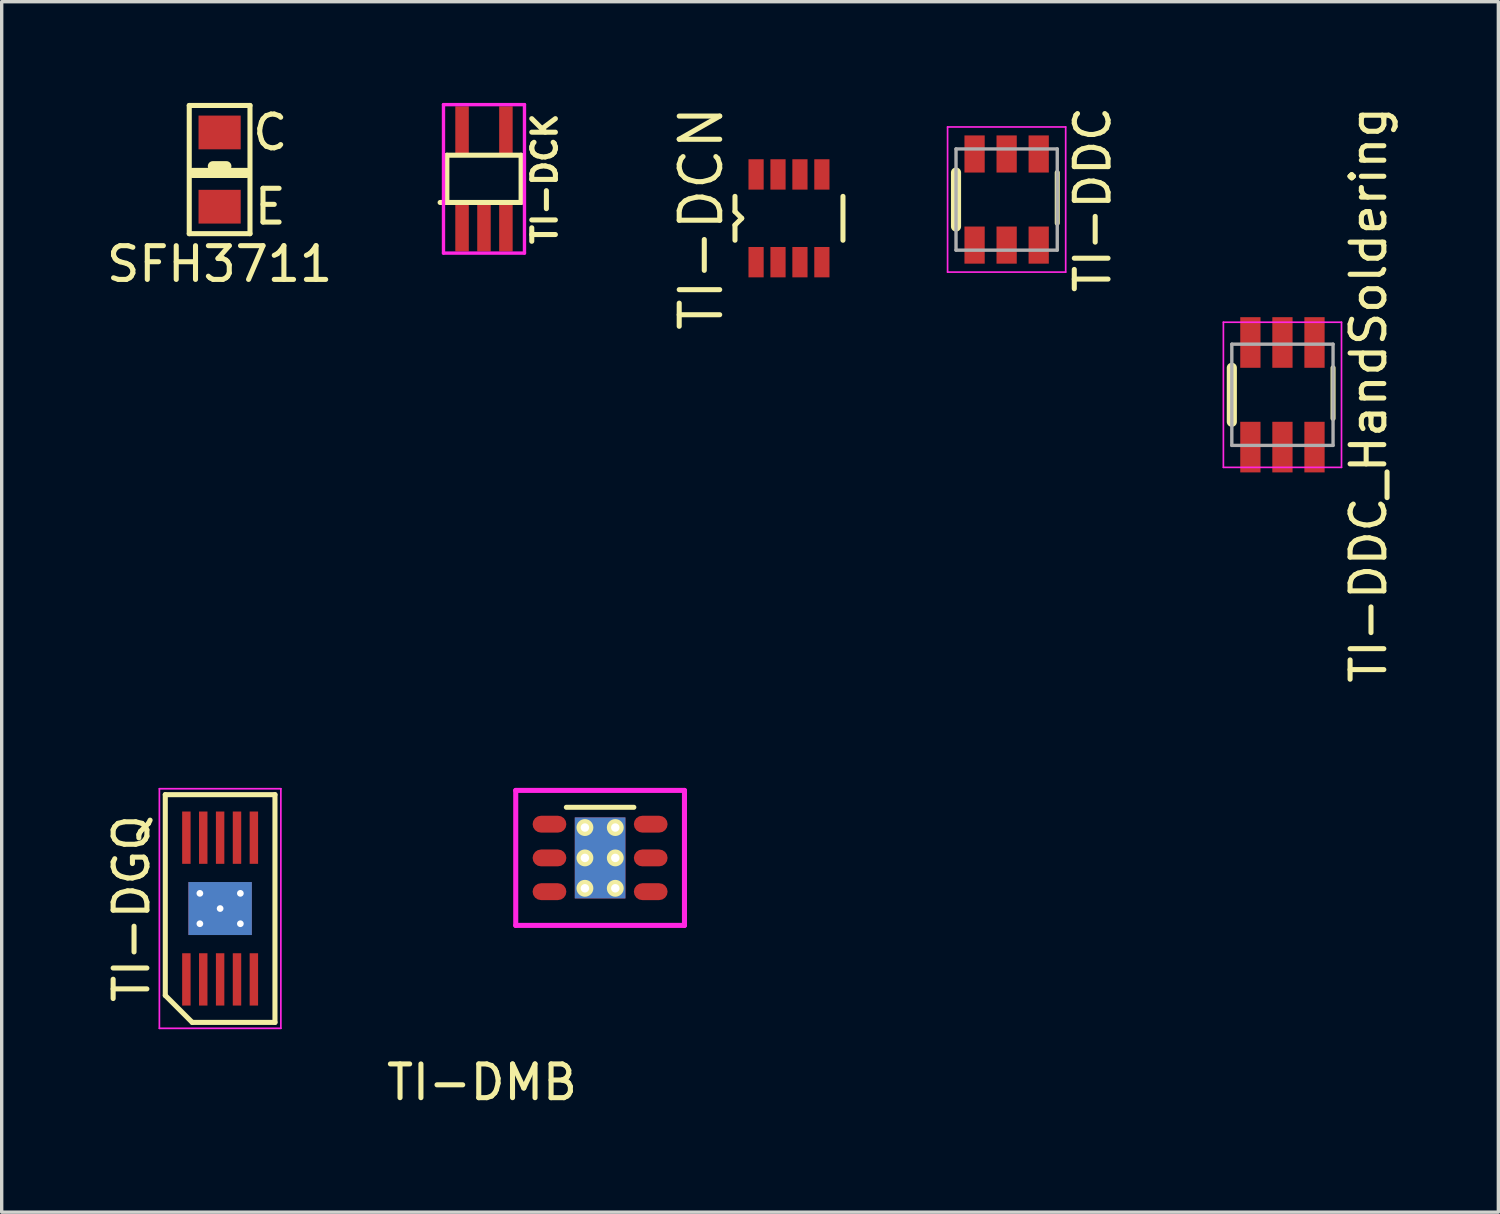
<source format=kicad_pcb>
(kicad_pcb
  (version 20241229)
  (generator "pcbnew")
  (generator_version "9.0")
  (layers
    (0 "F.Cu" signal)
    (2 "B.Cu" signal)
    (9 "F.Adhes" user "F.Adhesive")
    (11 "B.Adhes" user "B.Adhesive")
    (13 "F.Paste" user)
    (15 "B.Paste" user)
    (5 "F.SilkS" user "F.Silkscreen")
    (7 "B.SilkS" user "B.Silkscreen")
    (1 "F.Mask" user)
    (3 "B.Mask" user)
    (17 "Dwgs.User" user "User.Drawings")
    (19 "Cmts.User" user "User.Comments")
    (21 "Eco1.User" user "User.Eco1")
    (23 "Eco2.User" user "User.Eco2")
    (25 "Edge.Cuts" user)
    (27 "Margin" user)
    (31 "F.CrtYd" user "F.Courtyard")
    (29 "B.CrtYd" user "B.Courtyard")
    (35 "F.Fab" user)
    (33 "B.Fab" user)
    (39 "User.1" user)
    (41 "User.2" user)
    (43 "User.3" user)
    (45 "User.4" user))
  (footprint "TI-DDC"
    (layer "F.Cu")
    (at 26.78 2.863)
    (property "Reference" "TI-DDC" (at 2.55 0 90) (layer "F.SilkS") (effects (font (size 1 1) (thickness 0.15))))
    (attr through_hole)
    (fp_line (start -1.5 -0.8) (end -1.5 0.8) (stroke (width 0.3) (type solid)) (layer "F.SilkS"))
    (fp_line (start 1.5 -0.8) (end 1.5 0.7) (stroke (width 0.15) (type solid)) (layer "F.SilkS"))
    (fp_line (start -1.75 -2.15) (end 1.75 -2.15) (stroke (width 0.05) (type solid)) (layer "F.CrtYd"))
    (fp_line (start -1.75 2.15) (end -1.75 -2.15) (stroke (width 0.05) (type solid)) (layer "F.CrtYd"))
    (fp_line (start 1.75 -2.15) (end 1.75 2.15) (stroke (width 0.05) (type solid)) (layer "F.CrtYd"))
    (fp_line (start 1.75 2.15) (end -1.75 2.15) (stroke (width 0.05) (type solid)) (layer "F.CrtYd"))
    (fp_line (start -1.5 -1.5) (end 1.5 -1.5) (stroke (width 0.1) (type solid)) (layer "F.Fab"))
    (fp_line (start -1.5 1.5) (end -1.5 -1.5) (stroke (width 0.1) (type solid)) (layer "F.Fab"))
    (fp_line (start 1.5 -1.5) (end 1.5 1.5) (stroke (width 0.1) (type solid)) (layer "F.Fab"))
    (fp_line (start 1.5 1.5) (end -1.5 1.5) (stroke (width 0.1) (type solid)) (layer "F.Fab"))
    (pad "1" smd rect (at -0.95 1.35) (size 0.6 1.1) (layers "F.Cu" "F.Mask" "F.Paste"))
    (pad "2" smd rect (at 0 1.35) (size 0.6 1.1) (layers "F.Cu" "F.Mask" "F.Paste"))
    (pad "3" smd rect (at 0.95 1.35) (size 0.6 1.1) (layers "F.Cu" "F.Mask" "F.Paste"))
    (pad "4" smd rect (at 0.95 -1.35) (size 0.6 1.1) (layers "F.Cu" "F.Mask" "F.Paste"))
    (pad "5" smd rect (at 0 -1.35) (size 0.6 1.1) (layers "F.Cu" "F.Mask" "F.Paste"))
    (pad "6" smd rect (at -0.95 -1.35) (size 0.6 1.1) (layers "F.Cu" "F.Mask" "F.Paste")))
  (footprint "TI-DCK"
    (layer "F.Cu")
    (at 11.292 2.25)
    (property "Reference" "TI-DCK" (at 1.8 0 90) (layer "F.SilkS") (effects (font (size 0.7 0.7) (thickness 0.15))))
    (attr through_hole)
    (fp_line (start -1.3 0.7) (end -1.1 0.7) (stroke (width 0.15) (type solid)) (layer "F.SilkS"))
    (fp_line (start -1.1 -0.7) (end 1.1 -0.7) (stroke (width 0.15) (type solid)) (layer "F.SilkS"))
    (fp_line (start -1.1 0.7) (end -1.1 -0.7) (stroke (width 0.15) (type solid)) (layer "F.SilkS"))
    (fp_line (start 1.1 -0.7) (end 1.1 0.7) (stroke (width 0.15) (type solid)) (layer "F.SilkS"))
    (fp_line (start 1.1 0.7) (end -1.1 0.7) (stroke (width 0.15) (type solid)) (layer "F.SilkS"))
    (fp_line (start -1.2 -2.2) (end 1.2 -2.2) (stroke (width 0.1) (type solid)) (layer "F.CrtYd"))
    (fp_line (start -1.2 2.2) (end -1.2 -2.2) (stroke (width 0.1) (type solid)) (layer "F.CrtYd"))
    (fp_line (start 1.2 -2.2) (end 1.2 2.2) (stroke (width 0.1) (type solid)) (layer "F.CrtYd"))
    (fp_line (start 1.2 2.2) (end -1.2 2.2) (stroke (width 0.1) (type solid)) (layer "F.CrtYd"))
    (pad "1" smd rect (at -0.65 1.4) (size 0.4 1.5) (layers "F.Cu" "F.Mask" "F.Paste"))
    (pad "2" smd rect (at 0 1.4) (size 0.4 1.5) (layers "F.Cu" "F.Mask" "F.Paste"))
    (pad "3" smd rect (at 0.65 1.4) (size 0.4 1.5) (layers "F.Cu" "F.Mask" "F.Paste"))
    (pad "4" smd rect (at 0.65 -1.4) (size 0.4 1.5) (layers "F.Cu" "F.Mask" "F.Paste"))
    (pad "5" smd rect (at -0.65 -1.4) (size 0.4 1.5) (layers "F.Cu" "F.Mask" "F.Paste")))
  (footprint "TI-DGQ"
    (layer "F.Cu")
    (at 3.473 23.873)
    (property "Reference" "TI-DGQ" (at -2.625 0 90) (layer "F.SilkS") (effects (font (size 1 1) (thickness 0.15))))
    (attr smd)
    (fp_line (start -1.625 -3.375) (end 1.625 -3.375) (stroke (width 0.15) (type solid)) (layer "F.SilkS"))
    (fp_line (start -1.625 2.575) (end -1.625 -3.375) (stroke (width 0.15) (type solid)) (layer "F.SilkS"))
    (fp_line (start -0.825 3.375) (end -1.625 2.575) (stroke (width 0.15) (type solid)) (layer "F.SilkS"))
    (fp_line (start 1.625 -3.375) (end 1.625 3.375) (stroke (width 0.15) (type solid)) (layer "F.SilkS"))
    (fp_line (start 1.625 3.375) (end -0.825 3.375) (stroke (width 0.15) (type solid)) (layer "F.SilkS"))
    (fp_line (start -1.8 -3.55) (end 1.8 -3.55) (stroke (width 0.05) (type solid)) (layer "F.CrtYd"))
    (fp_line (start -1.8 3.55) (end -1.8 -3.55) (stroke (width 0.05) (type solid)) (layer "F.CrtYd"))
    (fp_line (start 1.8 -3.55) (end 1.8 3.55) (stroke (width 0.05) (type solid)) (layer "F.CrtYd"))
    (fp_line (start 1.8 3.55) (end -1.8 3.55) (stroke (width 0.05) (type solid)) (layer "F.CrtYd"))
    (pad "" thru_hole circle (at -0.6 -0.45) (size 0.5 0.5) (drill 0.2) (layers "*.Cu"))
    (pad "" thru_hole circle (at -0.6 0.45) (size 0.5 0.5) (drill 0.2) (layers "*.Cu"))
    (pad "" thru_hole circle (at 0 0) (size 0.5 0.5) (drill 0.2) (layers "*.Cu"))
    (pad "" smd rect (at 0 0) (size 1.88 1.57) (layers "B.Cu" "B.Mask" "B.Paste"))
    (pad "" thru_hole circle (at 0.6 -0.45) (size 0.5 0.5) (drill 0.2) (layers "*.Cu"))
    (pad "" thru_hole circle (at 0.6 0.45) (size 0.5 0.5) (drill 0.2) (layers "*.Cu"))
    (pad "1" smd rect (at -1 2.1) (size 0.25 1.55) (layers "F.Cu" "F.Mask" "F.Paste"))
    (pad "2" smd rect (at -0.5 2.1) (size 0.25 1.55) (layers "F.Cu" "F.Mask" "F.Paste"))
    (pad "3" smd rect (at 0 2.1) (size 0.25 1.55) (layers "F.Cu" "F.Mask" "F.Paste"))
    (pad "4" smd rect (at 0.5 2.1) (size 0.25 1.55) (layers "F.Cu" "F.Mask" "F.Paste"))
    (pad "5" smd rect (at 1 2.1) (size 0.25 1.55) (layers "F.Cu" "F.Mask" "F.Paste"))
    (pad "6" smd rect (at 1 -2.1) (size 0.25 1.55) (layers "F.Cu" "F.Mask" "F.Paste"))
    (pad "7" smd rect (at 0.5 -2.1) (size 0.25 1.55) (layers "F.Cu" "F.Mask" "F.Paste"))
    (pad "8" smd rect (at 0 -2.1) (size 0.25 1.55) (layers "F.Cu" "F.Mask" "F.Paste"))
    (pad "9" smd rect (at -0.5 -2.1) (size 0.25 1.55) (layers "F.Cu" "F.Mask" "F.Paste"))
    (pad "10" smd rect (at -1 -2.1) (size 0.25 1.55) (layers "F.Cu" "F.Mask" "F.Paste"))
    (pad "11" smd rect (at 0 0) (size 1.88 1.57) (layers "F.Cu" "F.Mask" "F.Paste")))
  (footprint "SFH3711"
    (layer "F.Cu")
    (at 3.458 1.975)
    (property "Reference" "SFH3711" (at 0 2.8 0) (layer "F.SilkS") (effects (font (size 1 1) (thickness 0.15))))
    (attr through_hole)
    (fp_line (start -0.9 -1.9) (end 0.9 -1.9) (stroke (width 0.15) (type solid)) (layer "F.SilkS"))
    (fp_line (start -0.9 1.9) (end -0.9 -1.9) (stroke (width 0.15) (type solid)) (layer "F.SilkS"))
    (fp_line (start -0.8 0.1) (end 0.8 0.1) (stroke (width 0.3) (type solid)) (layer "F.SilkS"))
    (fp_line (start -0.2 -0.1) (end 0.2 -0.1) (stroke (width 0.3) (type solid)) (layer "F.SilkS"))
    (fp_line (start 0.9 -1.9) (end 0.9 1.9) (stroke (width 0.15) (type solid)) (layer "F.SilkS"))
    (fp_line (start 0.9 1.9) (end -0.9 1.9) (stroke (width 0.15) (type solid)) (layer "F.SilkS"))
    (fp_text user "C" (at 1.5 -1.1 0) (layer "F.SilkS") (effects (font (size 1 1) (thickness 0.15))))
    (fp_text user "E" (at 1.5 1.1 0) (layer "F.SilkS") (effects (font (size 1 1) (thickness 0.15))))
    (pad "1" smd rect (at 0 -1.1) (size 1.25 1) (layers "F.Cu" "F.Mask" "F.Paste"))
    (pad "2" smd rect (at 0 1.1) (size 1.25 1) (layers "F.Cu" "F.Mask" "F.Paste")))
  (footprint "TI-DMB"
    (layer "F.Cu")
    (at 14.733 22.373)
    (property "Reference" "TI-DMB" (at -3.5 6.65 0) (layer "F.SilkS") (effects (font (size 1 1) (thickness 0.15))))
    (attr through_hole)
    (fp_line (start -1 -1.5) (end 1 -1.5) (stroke (width 0.15) (type solid)) (layer "F.SilkS"))
    (fp_line (start -2.5 -2) (end 2.5 -2) (stroke (width 0.15) (type solid)) (layer "F.CrtYd"))
    (fp_line (start -2.5 2) (end -2.5 -2) (stroke (width 0.15) (type solid)) (layer "F.CrtYd"))
    (fp_line (start 2.5 -2) (end 2.5 2) (stroke (width 0.15) (type solid)) (layer "F.CrtYd"))
    (fp_line (start 2.5 2) (end -2.5 2) (stroke (width 0.15) (type solid)) (layer "F.CrtYd"))
    (pad "" thru_hole circle (at -0.45 -0.9) (size 0.5 0.5) (drill 0.25) (layers "*.Cu" "*.Mask" "F.SilkS"))
    (pad "" thru_hole circle (at -0.45 0) (size 0.5 0.5) (drill 0.25) (layers "*.Cu" "*.Mask" "F.SilkS"))
    (pad "" thru_hole circle (at -0.45 0.9) (size 0.5 0.5) (drill 0.25) (layers "*.Cu" "*.Mask" "F.SilkS"))
    (pad "" smd trapezoid (at 0 0) (size 1.5 2.4) (layers "F.Cu" "F.Mask" "F.Paste"))
    (pad "" smd trapezoid (at 0 0) (size 1.5 2.4) (layers "B.Cu" "B.Mask"))
    (pad "" thru_hole circle (at 0.45 -0.9) (size 0.5 0.5) (drill 0.25) (layers "*.Cu" "*.Mask" "F.SilkS"))
    (pad "" thru_hole circle (at 0.45 0) (size 0.5 0.5) (drill 0.25) (layers "*.Cu" "*.Mask" "F.SilkS"))
    (pad "" thru_hole circle (at 0.45 0.9) (size 0.5 0.5) (drill 0.25) (layers "*.Cu" "*.Mask" "F.SilkS"))
    (pad "1" smd roundrect (at -1.5 -1) (size 1 0.5) (layers "F.Cu" "F.Mask" "F.Paste") (roundrect_rratio 0.5))
    (pad "2" smd roundrect (at -1.5 0) (size 1 0.5) (layers "F.Cu" "F.Mask" "F.Paste") (roundrect_rratio 0.5))
    (pad "3" smd roundrect (at -1.5 1) (size 1 0.5) (layers "F.Cu" "F.Mask" "F.Paste") (roundrect_rratio 0.5))
    (pad "4" smd roundrect (at 1.5 1) (size 1 0.5) (layers "F.Cu" "F.Mask" "F.Paste") (roundrect_rratio 0.5))
    (pad "5" smd roundrect (at 1.5 0) (size 1 0.5) (layers "F.Cu" "F.Mask" "F.Paste") (roundrect_rratio 0.5))
    (pad "6" smd roundrect (at 1.5 -1) (size 1 0.5) (layers "F.Cu" "F.Mask" "F.Paste") (roundrect_rratio 0.5)))
  (footprint "TI-DCN"
    (layer "F.Cu")
    (at 20.33 3.419)
    (property "Reference" "TI-DCN" (at -2.6 0 90) (layer "F.SilkS") (effects (font (size 1.2 1.2) (thickness 0.15))))
    (attr through_hole)
    (fp_line (start -1.6 -0.65) (end -1.6 -0.2) (stroke (width 0.15) (type solid)) (layer "F.SilkS"))
    (fp_line (start -1.6 -0.2) (end -1.4 0) (stroke (width 0.15) (type solid)) (layer "F.SilkS"))
    (fp_line (start -1.6 0.2) (end -1.6 0.65) (stroke (width 0.15) (type solid)) (layer "F.SilkS"))
    (fp_line (start -1.4 0) (end -1.6 0.2) (stroke (width 0.15) (type solid)) (layer "F.SilkS"))
    (fp_line (start 1.6 0.65) (end 1.6 -0.65) (stroke (width 0.15) (type solid)) (layer "F.SilkS"))
    (pad "1" smd rect (at -0.975 1.3) (size 0.45 0.9) (layers "F.Cu" "F.Mask" "F.Paste"))
    (pad "2" smd rect (at -0.325 1.3) (size 0.45 0.9) (layers "F.Cu" "F.Mask" "F.Paste"))
    (pad "3" smd rect (at 0.325 1.3) (size 0.45 0.9) (layers "F.Cu" "F.Mask" "F.Paste"))
    (pad "4" smd rect (at 0.975 1.3) (size 0.45 0.9) (layers "F.Cu" "F.Mask" "F.Paste"))
    (pad "5" smd rect (at 0.975 -1.3) (size 0.45 0.9) (layers "F.Cu" "F.Mask" "F.Paste"))
    (pad "6" smd rect (at 0.325 -1.3) (size 0.45 0.9) (layers "F.Cu" "F.Mask" "F.Paste"))
    (pad "7" smd rect (at -0.325 -1.3) (size 0.45 0.9) (layers "F.Cu" "F.Mask" "F.Paste"))
    (pad "8" smd rect (at -0.975 -1.3) (size 0.45 0.9) (layers "F.Cu" "F.Mask" "F.Paste")))
  (footprint "TI-DDC_HandSoldering"
    (layer "F.Cu")
    (at 34.953 8.649)
    (property "Reference" "TI-DDC_HandSoldering" (at 2.55 0 90) (layer "F.SilkS") (effects (font (size 1 1) (thickness 0.15))))
    (attr through_hole)
    (fp_line (start -1.5 -0.8) (end -1.5 0.8) (stroke (width 0.3) (type solid)) (layer "F.SilkS"))
    (fp_line (start 1.5 -0.8) (end 1.5 0.7) (stroke (width 0.15) (type solid)) (layer "F.SilkS"))
    (fp_line (start -1.75 -2.15) (end 1.75 -2.15) (stroke (width 0.05) (type solid)) (layer "F.CrtYd"))
    (fp_line (start -1.75 2.15) (end -1.75 -2.15) (stroke (width 0.05) (type solid)) (layer "F.CrtYd"))
    (fp_line (start 1.75 -2.15) (end 1.75 2.15) (stroke (width 0.05) (type solid)) (layer "F.CrtYd"))
    (fp_line (start 1.75 2.15) (end -1.75 2.15) (stroke (width 0.05) (type solid)) (layer "F.CrtYd"))
    (fp_line (start -1.5 -1.5) (end 1.5 -1.5) (stroke (width 0.1) (type solid)) (layer "F.Fab"))
    (fp_line (start -1.5 1.5) (end -1.5 -1.5) (stroke (width 0.1) (type solid)) (layer "F.Fab"))
    (fp_line (start 1.5 -1.5) (end 1.5 1.5) (stroke (width 0.1) (type solid)) (layer "F.Fab"))
    (fp_line (start 1.5 1.5) (end -1.5 1.5) (stroke (width 0.1) (type solid)) (layer "F.Fab"))
    (pad "1" smd rect (at -0.95 1.55) (size 0.6 1.5) (layers "F.Cu" "F.Mask" "F.Paste"))
    (pad "2" smd rect (at 0 1.55) (size 0.6 1.5) (layers "F.Cu" "F.Mask" "F.Paste"))
    (pad "3" smd rect (at 0.95 1.55) (size 0.6 1.5) (layers "F.Cu" "F.Mask" "F.Paste"))
    (pad "4" smd rect (at 0.95 -1.55) (size 0.6 1.5) (layers "F.Cu" "F.Mask" "F.Paste"))
    (pad "5" smd rect (at 0 -1.55) (size 0.6 1.5) (layers "F.Cu" "F.Mask" "F.Paste"))
    (pad "6" smd rect (at -0.95 -1.55) (size 0.6 1.5) (layers "F.Cu" "F.Mask" "F.Paste")))
  (gr_rect
    (start -3 -3)
    (end 41.351 32.871)
    (stroke (width 0.1) (type default))
    (fill no)
    (layer "Edge.Cuts")))
</source>
